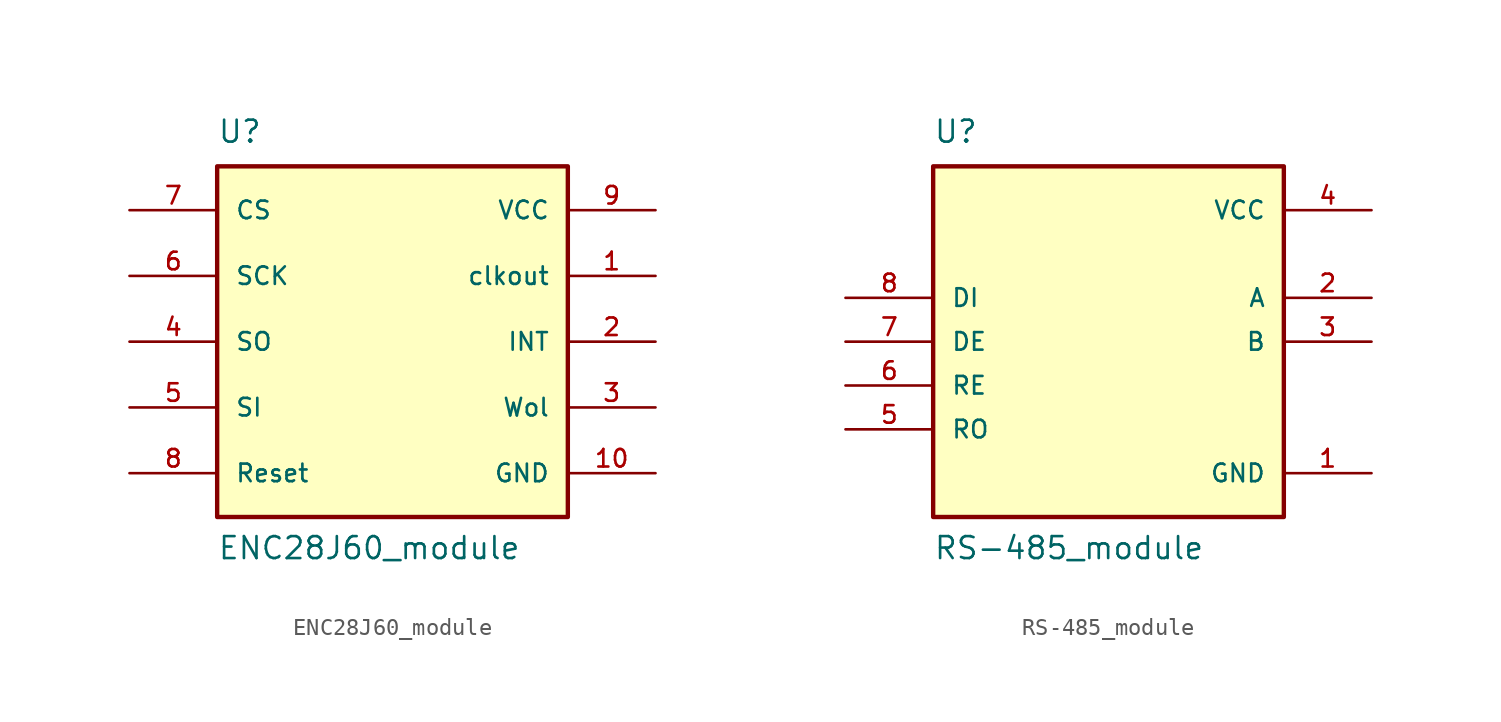
<source format=kicad_sym>
(kicad_symbol_lib
  (version 20211014)
  (generator kicad_symbol_editor)
  (symbol "ENC28J60_module"
    (pin_names
      (offset 1.016))
    (property "Reference" "U"
      (at -10.16 11.43 0)
      (effects (font (size 1.27 1.27)) (justify left bottom)))
    (property "Value" "ENC28J60_module"
      (at -10.16 -12.7 0)
      (effects (font (size 1.27 1.27)) (justify left bottom)))
    (symbol "ENC28J60_module_0_0"
      (rectangle (start -10.16 -10.16) (end 10.16 10.16) (stroke (width 0.254) (type default) (color 0 0 0 0)) (fill (type background)))
      (pin output line (at 15.24 3.81 180) (length 5.08) (name "clkout" (effects (font (size 1.016 1.016)))) (number "1" (effects (font (size 1.016 1.016)))))
      (pin power_in line (at 15.24 -7.62 180) (length 5.08) (name "GND" (effects (font (size 1.016 1.016)))) (number "10" (effects (font (size 1.016 1.016)))))
      (pin output line (at 15.24 0 180) (length 5.08) (name "INT" (effects (font (size 1.016 1.016)))) (number "2" (effects (font (size 1.016 1.016)))))
      (pin output line (at 15.24 -3.81 180) (length 5.08) (name "Wol" (effects (font (size 1.016 1.016)))) (number "3" (effects (font (size 1.016 1.016)))))
      (pin output line (at -15.24 0 0) (length 5.08) (name "SO" (effects (font (size 1.016 1.016)))) (number "4" (effects (font (size 1.016 1.016)))))
      (pin input line (at -15.24 -3.81 0) (length 5.08) (name "SI" (effects (font (size 1.016 1.016)))) (number "5" (effects (font (size 1.016 1.016)))))
      (pin input line (at -15.24 3.81 0) (length 5.08) (name "SCK" (effects (font (size 1.016 1.016)))) (number "6" (effects (font (size 1.016 1.016)))))
      (pin input line (at -15.24 7.62 0) (length 5.08) (name "CS" (effects (font (size 1.016 1.016)))) (number "7" (effects (font (size 1.016 1.016)))))
      (pin input line (at -15.24 -7.62 0) (length 5.08) (name "Reset" (effects (font (size 1.016 1.016)))) (number "8" (effects (font (size 1.016 1.016)))))
      (pin power_in line (at 15.24 7.62 180) (length 5.08) (name "VCC" (effects (font (size 1.016 1.016)))) (number "9" (effects (font (size 1.016 1.016)))))))
  (symbol "RS-485_module"
    (pin_names
      (offset 1.016))
    (property "Reference" "U"
      (at -10.16 11.43 0)
      (effects (font (size 1.27 1.27)) (justify left bottom)))
    (property "Value" "RS-485_module"
      (at -10.16 -12.7 0)
      (effects (font (size 1.27 1.27)) (justify left bottom)))
    (symbol "RS-485_module_0_0"
      (rectangle (start -10.16 -10.16) (end 10.16 10.16) (stroke (width 0.254) (type default) (color 0 0 0 0)) (fill (type background)))
      (pin power_in line (at 15.24 -7.62 180) (length 5.08) (name "GND" (effects (font (size 1.016 1.016)))) (number "1" (effects (font (size 1.016 1.016)))))
      (pin bidirectional line (at 15.24 2.54 180) (length 5.08) (name "A" (effects (font (size 1.016 1.016)))) (number "2" (effects (font (size 1.016 1.016)))))
      (pin bidirectional line (at 15.24 0 180) (length 5.08) (name "B" (effects (font (size 1.016 1.016)))) (number "3" (effects (font (size 1.016 1.016)))))
      (pin power_in line (at 15.24 7.62 180) (length 5.08) (name "VCC" (effects (font (size 1.016 1.016)))) (number "4" (effects (font (size 1.016 1.016)))))
      (pin output line (at -15.24 -5.08 0) (length 5.08) (name "RO" (effects (font (size 1.016 1.016)))) (number "5" (effects (font (size 1.016 1.016)))))
      (pin input line (at -15.24 -2.54 0) (length 5.08) (name "RE" (effects (font (size 1.016 1.016)))) (number "6" (effects (font (size 1.016 1.016)))))
      (pin input line (at -15.24 0 0) (length 5.08) (name "DE" (effects (font (size 1.016 1.016)))) (number "7" (effects (font (size 1.016 1.016)))))
      (pin input line (at -15.24 2.54 0) (length 5.08) (name "DI" (effects (font (size 1.016 1.016)))) (number "8" (effects (font (size 1.016 1.016))))))))
</source>
